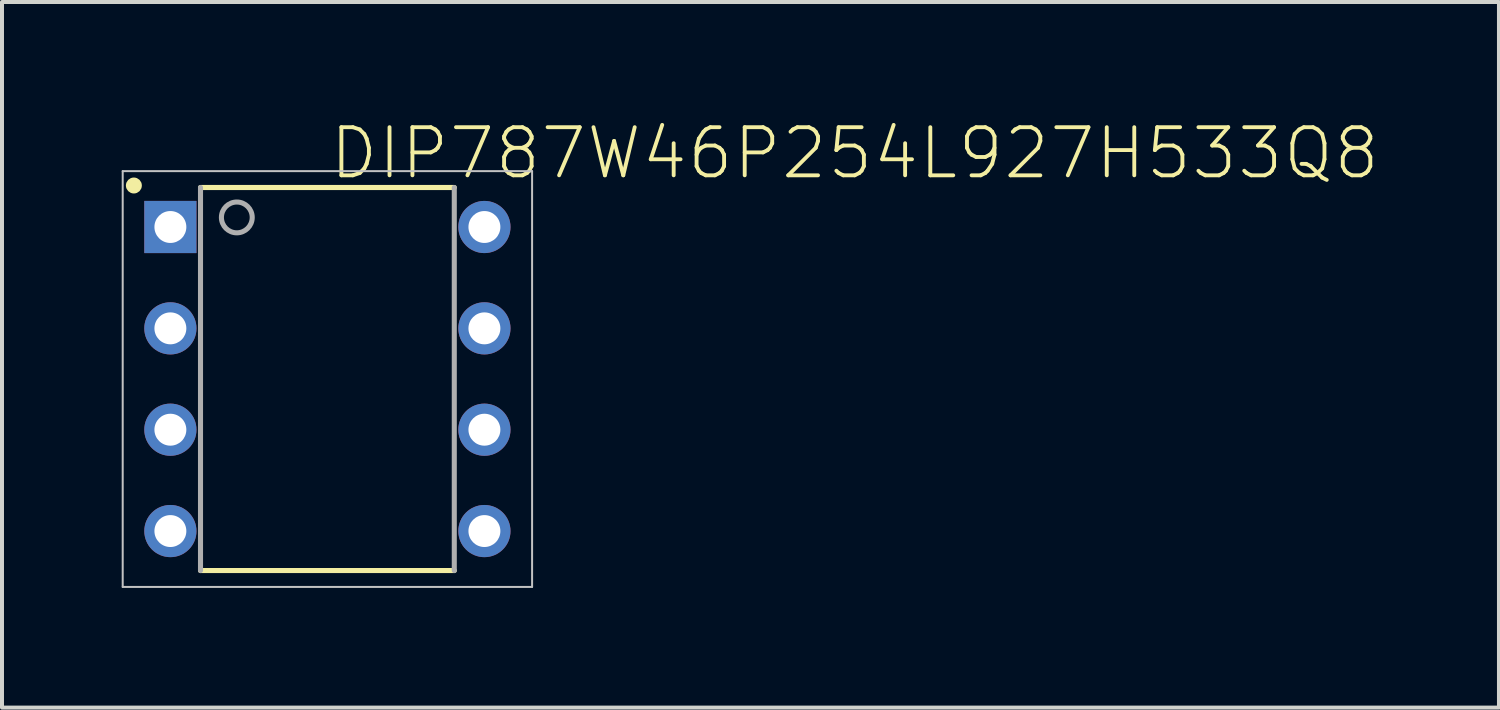
<source format=kicad_pcb>
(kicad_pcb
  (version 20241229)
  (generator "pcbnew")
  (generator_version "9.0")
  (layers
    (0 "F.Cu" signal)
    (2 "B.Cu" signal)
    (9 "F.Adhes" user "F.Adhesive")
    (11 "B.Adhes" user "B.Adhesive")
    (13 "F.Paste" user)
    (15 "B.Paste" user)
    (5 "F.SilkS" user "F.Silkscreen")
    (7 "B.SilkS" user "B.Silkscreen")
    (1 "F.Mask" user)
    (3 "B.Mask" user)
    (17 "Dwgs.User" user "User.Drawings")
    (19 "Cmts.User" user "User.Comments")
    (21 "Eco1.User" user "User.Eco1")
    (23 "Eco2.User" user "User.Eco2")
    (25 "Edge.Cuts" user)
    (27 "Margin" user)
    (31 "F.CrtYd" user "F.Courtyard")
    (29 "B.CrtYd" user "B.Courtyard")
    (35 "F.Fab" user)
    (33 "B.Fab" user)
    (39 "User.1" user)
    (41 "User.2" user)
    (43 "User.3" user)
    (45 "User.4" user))
  (footprint "DIP787W46P254L927H533Q8"
    (layer "F.Cu")
    (at 5.155 6.449)
    (property "Reference" "DIP787W46P254L927H533Q8" (at 0 -4.953 0) (layer "F.SilkS") (effects (font (size 1.206 1.206) (thickness 0.097)) (justify left bottom)))
    (attr through_hole)
    (fp_line (start -3.18 -4.8) (end 3.18 -4.8) (stroke (width 0.127) (type solid)) (layer "F.SilkS"))
    (fp_line (start 3.18 4.8) (end -3.18 4.8) (stroke (width 0.127) (type solid)) (layer "F.SilkS"))
    (fp_circle (center -4.85 -4.85) (end -4.75 -4.85) (stroke (width 0.2) (type solid)) (fill no) (layer "F.SilkS"))
    (fp_line (start -5.13 -5.21) (end -5.13 5.21) (stroke (width 0.05) (type solid)) (layer "Dwgs.User"))
    (fp_line (start -5.13 5.21) (end 5.13 5.21) (stroke (width 0.05) (type solid)) (layer "Dwgs.User"))
    (fp_line (start 5.13 -5.21) (end -5.13 -5.21) (stroke (width 0.05) (type solid)) (layer "Dwgs.User"))
    (fp_line (start 5.13 5.21) (end 5.13 -5.21) (stroke (width 0.05) (type solid)) (layer "Dwgs.User"))
    (fp_line (start -3.18 4.8) (end -3.18 -4.8) (stroke (width 0.127) (type solid)) (layer "F.Fab"))
    (fp_line (start 3.18 -4.8) (end 3.18 4.8) (stroke (width 0.127) (type solid)) (layer "F.Fab"))
    (fp_circle (center -2.27 -4.05) (end -1.884 -4.05) (stroke (width 0.127) (type solid)) (fill no) (layer "F.Fab"))
    (pad "1" thru_hole rect (at -3.935 -3.81) (size 1.308 1.308) (drill 0.8) (layers "*.Cu" "*.Mask"))
    (pad "2" thru_hole circle (at -3.935 -1.27) (size 1.308 1.308) (drill 0.8) (layers "*.Cu" "*.Mask"))
    (pad "3" thru_hole circle (at -3.935 1.27) (size 1.308 1.308) (drill 0.8) (layers "*.Cu" "*.Mask"))
    (pad "4" thru_hole circle (at -3.935 3.81) (size 1.308 1.308) (drill 0.8) (layers "*.Cu" "*.Mask"))
    (pad "5" thru_hole circle (at 3.935 3.81) (size 1.308 1.308) (drill 0.8) (layers "*.Cu" "*.Mask"))
    (pad "6" thru_hole circle (at 3.935 1.27) (size 1.308 1.308) (drill 0.8) (layers "*.Cu" "*.Mask"))
    (pad "7" thru_hole circle (at 3.935 -1.27) (size 1.308 1.308) (drill 0.8) (layers "*.Cu" "*.Mask"))
    (pad "8" thru_hole circle (at 3.935 -3.81) (size 1.308 1.308) (drill 0.8) (layers "*.Cu" "*.Mask")))
  (gr_rect
    (start -3 -3)
    (end 34.516 14.684)
    (stroke (width 0.1) (type default))
    (fill no)
    (layer "Edge.Cuts")))
</source>
